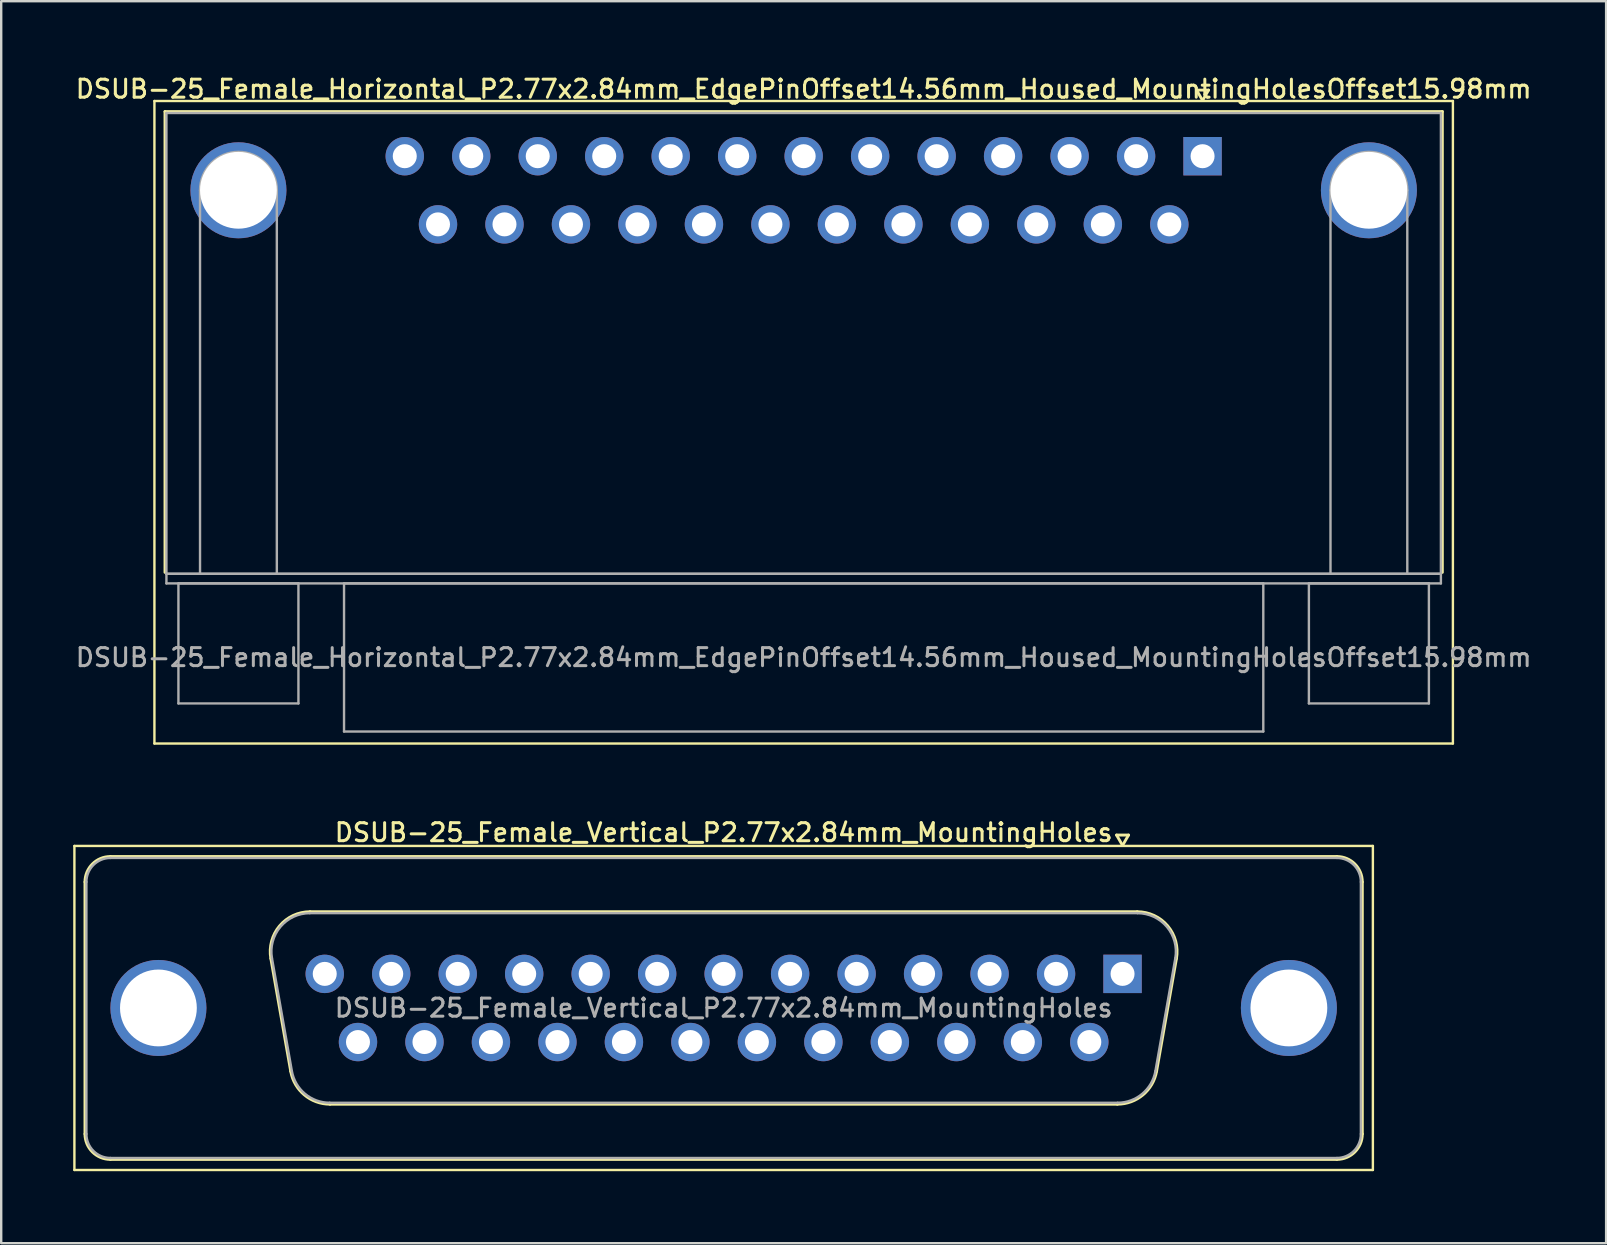
<source format=kicad_pcb>
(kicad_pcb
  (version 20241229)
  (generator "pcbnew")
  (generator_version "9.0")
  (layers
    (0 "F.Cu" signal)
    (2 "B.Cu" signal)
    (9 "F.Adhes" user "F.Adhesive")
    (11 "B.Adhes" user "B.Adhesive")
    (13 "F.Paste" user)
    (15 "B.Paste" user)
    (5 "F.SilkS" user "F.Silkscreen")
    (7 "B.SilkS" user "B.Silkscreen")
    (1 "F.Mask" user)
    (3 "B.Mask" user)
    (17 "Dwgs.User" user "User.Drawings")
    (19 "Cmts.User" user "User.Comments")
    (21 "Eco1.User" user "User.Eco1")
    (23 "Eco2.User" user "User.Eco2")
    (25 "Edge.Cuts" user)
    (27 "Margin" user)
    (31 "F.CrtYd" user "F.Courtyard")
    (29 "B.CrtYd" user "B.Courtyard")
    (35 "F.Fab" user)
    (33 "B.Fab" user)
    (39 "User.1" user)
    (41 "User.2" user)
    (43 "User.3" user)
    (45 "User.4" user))
  (footprint "DSUB-25_Female_Horizontal_P2.77x2.84mm_EdgePinOffset14.56mm_Housed_MountingHolesOffset15.98mm"
    (layer "F.Cu")
    (at 47.054 3.458)
    (property "Reference" "DSUB-25_Female_Horizontal_P2.77x2.84mm_EdgePinOffset14.56mm_Housed_MountingHolesOffset15.98mm" (at -16.62 -2.8 0) (layer "F.SilkS") (effects (font (size 0.75 0.75) (thickness 0.125))))
    (attr through_hole)
    (fp_line (start -43.67 -2.3) (end -43.67 24.47) (stroke (width 0.1) (type solid)) (layer "F.SilkS"))
    (fp_line (start -43.67 24.47) (end 10.43 24.47) (stroke (width 0.1) (type solid)) (layer "F.SilkS"))
    (fp_line (start -43.23 -1.86) (end 9.99 -1.86) (stroke (width 0.12) (type solid)) (layer "F.SilkS"))
    (fp_line (start -43.23 17.34) (end -43.23 -1.86) (stroke (width 0.12) (type solid)) (layer "F.SilkS"))
    (fp_line (start -0.25 -2.754) (end 0.25 -2.754) (stroke (width 0.12) (type solid)) (layer "F.SilkS"))
    (fp_line (start 0 -2.321) (end -0.25 -2.754) (stroke (width 0.12) (type solid)) (layer "F.SilkS"))
    (fp_line (start 0.25 -2.754) (end 0 -2.321) (stroke (width 0.12) (type solid)) (layer "F.SilkS"))
    (fp_line (start 9.99 -1.86) (end 9.99 17.34) (stroke (width 0.12) (type solid)) (layer "F.SilkS"))
    (fp_line (start 10.43 -2.3) (end -43.67 -2.3) (stroke (width 0.1) (type solid)) (layer "F.SilkS"))
    (fp_line (start 10.43 24.47) (end 10.43 -2.3) (stroke (width 0.1) (type solid)) (layer "F.SilkS"))
    (fp_line (start -43.17 -1.8) (end -43.17 17.4) (stroke (width 0.1) (type solid)) (layer "F.Fab"))
    (fp_line (start -43.17 17.4) (end -43.17 17.8) (stroke (width 0.1) (type solid)) (layer "F.Fab"))
    (fp_line (start -43.17 17.4) (end 9.93 17.4) (stroke (width 0.1) (type solid)) (layer "F.Fab"))
    (fp_line (start -43.17 17.8) (end 9.93 17.8) (stroke (width 0.1) (type solid)) (layer "F.Fab"))
    (fp_line (start -42.67 17.8) (end -42.67 22.8) (stroke (width 0.1) (type solid)) (layer "F.Fab"))
    (fp_line (start -42.67 22.8) (end -37.67 22.8) (stroke (width 0.1) (type solid)) (layer "F.Fab"))
    (fp_line (start -41.77 17.4) (end -41.77 1.42) (stroke (width 0.1) (type solid)) (layer "F.Fab"))
    (fp_line (start -38.57 17.4) (end -38.57 1.42) (stroke (width 0.1) (type solid)) (layer "F.Fab"))
    (fp_line (start -37.67 17.8) (end -42.67 17.8) (stroke (width 0.1) (type solid)) (layer "F.Fab"))
    (fp_line (start -37.67 22.8) (end -37.67 17.8) (stroke (width 0.1) (type solid)) (layer "F.Fab"))
    (fp_line (start -35.77 17.8) (end -35.77 23.97) (stroke (width 0.1) (type solid)) (layer "F.Fab"))
    (fp_line (start -35.77 23.97) (end 2.53 23.97) (stroke (width 0.1) (type solid)) (layer "F.Fab"))
    (fp_line (start 2.53 17.8) (end -35.77 17.8) (stroke (width 0.1) (type solid)) (layer "F.Fab"))
    (fp_line (start 2.53 23.97) (end 2.53 17.8) (stroke (width 0.1) (type solid)) (layer "F.Fab"))
    (fp_line (start 4.43 17.8) (end 4.43 22.8) (stroke (width 0.1) (type solid)) (layer "F.Fab"))
    (fp_line (start 4.43 22.8) (end 9.43 22.8) (stroke (width 0.1) (type solid)) (layer "F.Fab"))
    (fp_line (start 5.33 17.4) (end 5.33 1.42) (stroke (width 0.1) (type solid)) (layer "F.Fab"))
    (fp_line (start 8.53 17.4) (end 8.53 1.42) (stroke (width 0.1) (type solid)) (layer "F.Fab"))
    (fp_line (start 9.43 17.8) (end 4.43 17.8) (stroke (width 0.1) (type solid)) (layer "F.Fab"))
    (fp_line (start 9.43 22.8) (end 9.43 17.8) (stroke (width 0.1) (type solid)) (layer "F.Fab"))
    (fp_line (start 9.93 -1.8) (end -43.17 -1.8) (stroke (width 0.1) (type solid)) (layer "F.Fab"))
    (fp_line (start 9.93 17.4) (end -43.17 17.4) (stroke (width 0.1) (type solid)) (layer "F.Fab"))
    (fp_line (start 9.93 17.4) (end 9.93 -1.8) (stroke (width 0.1) (type solid)) (layer "F.Fab"))
    (fp_line (start 9.93 17.8) (end 9.93 17.4) (stroke (width 0.1) (type solid)) (layer "F.Fab"))
    (fp_arc (start -41.77 1.42) (mid -40.17 -0.18) (end -38.57 1.42) (stroke (width 0.1) (type solid)) (layer "F.Fab"))
    (fp_arc (start 5.33 1.42) (mid 6.93 -0.18) (end 8.53 1.42) (stroke (width 0.1) (type solid)) (layer "F.Fab"))
    (fp_text user "${REFERENCE}" (at -16.62 20.885 0) (layer "F.Fab") (effects (font (size 0.75 0.75) (thickness 0.125))))
    (pad "0" thru_hole circle (at -40.17 1.42) (size 4 4) (drill 3.2) (layers "*.Cu" "*.Mask"))
    (pad "0" thru_hole circle (at 6.93 1.42) (size 4 4) (drill 3.2) (layers "*.Cu" "*.Mask"))
    (pad "1" thru_hole rect (at 0 0) (size 1.6 1.6) (drill 1) (layers "*.Cu" "*.Mask"))
    (pad "2" thru_hole circle (at -2.77 0) (size 1.6 1.6) (drill 1) (layers "*.Cu" "*.Mask"))
    (pad "3" thru_hole circle (at -5.54 0) (size 1.6 1.6) (drill 1) (layers "*.Cu" "*.Mask"))
    (pad "4" thru_hole circle (at -8.31 0) (size 1.6 1.6) (drill 1) (layers "*.Cu" "*.Mask"))
    (pad "5" thru_hole circle (at -11.08 0) (size 1.6 1.6) (drill 1) (layers "*.Cu" "*.Mask"))
    (pad "6" thru_hole circle (at -13.85 0) (size 1.6 1.6) (drill 1) (layers "*.Cu" "*.Mask"))
    (pad "7" thru_hole circle (at -16.62 0) (size 1.6 1.6) (drill 1) (layers "*.Cu" "*.Mask"))
    (pad "8" thru_hole circle (at -19.39 0) (size 1.6 1.6) (drill 1) (layers "*.Cu" "*.Mask"))
    (pad "9" thru_hole circle (at -22.16 0) (size 1.6 1.6) (drill 1) (layers "*.Cu" "*.Mask"))
    (pad "10" thru_hole circle (at -24.93 0) (size 1.6 1.6) (drill 1) (layers "*.Cu" "*.Mask"))
    (pad "11" thru_hole circle (at -27.7 0) (size 1.6 1.6) (drill 1) (layers "*.Cu" "*.Mask"))
    (pad "12" thru_hole circle (at -30.47 0) (size 1.6 1.6) (drill 1) (layers "*.Cu" "*.Mask"))
    (pad "13" thru_hole circle (at -33.24 0) (size 1.6 1.6) (drill 1) (layers "*.Cu" "*.Mask"))
    (pad "14" thru_hole circle (at -1.385 2.84) (size 1.6 1.6) (drill 1) (layers "*.Cu" "*.Mask"))
    (pad "15" thru_hole circle (at -4.155 2.84) (size 1.6 1.6) (drill 1) (layers "*.Cu" "*.Mask"))
    (pad "16" thru_hole circle (at -6.925 2.84) (size 1.6 1.6) (drill 1) (layers "*.Cu" "*.Mask"))
    (pad "17" thru_hole circle (at -9.695 2.84) (size 1.6 1.6) (drill 1) (layers "*.Cu" "*.Mask"))
    (pad "18" thru_hole circle (at -12.465 2.84) (size 1.6 1.6) (drill 1) (layers "*.Cu" "*.Mask"))
    (pad "19" thru_hole circle (at -15.235 2.84) (size 1.6 1.6) (drill 1) (layers "*.Cu" "*.Mask"))
    (pad "20" thru_hole circle (at -18.005 2.84) (size 1.6 1.6) (drill 1) (layers "*.Cu" "*.Mask"))
    (pad "21" thru_hole circle (at -20.775 2.84) (size 1.6 1.6) (drill 1) (layers "*.Cu" "*.Mask"))
    (pad "22" thru_hole circle (at -23.545 2.84) (size 1.6 1.6) (drill 1) (layers "*.Cu" "*.Mask"))
    (pad "23" thru_hole circle (at -26.315 2.84) (size 1.6 1.6) (drill 1) (layers "*.Cu" "*.Mask"))
    (pad "24" thru_hole circle (at -29.085 2.84) (size 1.6 1.6) (drill 1) (layers "*.Cu" "*.Mask"))
    (pad "25" thru_hole circle (at -31.855 2.84) (size 1.6 1.6) (drill 1) (layers "*.Cu" "*.Mask")))
  (footprint "DSUB-25_Female_Vertical_P2.77x2.84mm_MountingHoles"
    (layer "F.Cu")
    (at 43.72 37.526)
    (property "Reference" "DSUB-25_Female_Vertical_P2.77x2.84mm_MountingHoles" (at -16.62 -5.89 0) (layer "F.SilkS") (effects (font (size 0.75 0.75) (thickness 0.125))))
    (attr through_hole)
    (fp_line (start -43.67 -5.33) (end -43.67 8.17) (stroke (width 0.1) (type solid)) (layer "F.SilkS"))
    (fp_line (start -43.67 8.17) (end 10.43 8.17) (stroke (width 0.1) (type solid)) (layer "F.SilkS"))
    (fp_line (start -43.23 6.67) (end -43.23 -3.83) (stroke (width 0.12) (type solid)) (layer "F.SilkS"))
    (fp_line (start -42.17 -4.89) (end 8.93 -4.89) (stroke (width 0.12) (type solid)) (layer "F.SilkS"))
    (fp_line (start -35.486 -0.642) (end -34.658 4.058) (stroke (width 0.12) (type solid)) (layer "F.SilkS"))
    (fp_line (start -33.852 -2.59) (end 0.612 -2.59) (stroke (width 0.12) (type solid)) (layer "F.SilkS"))
    (fp_line (start -33.023 5.43) (end -0.217 5.43) (stroke (width 0.12) (type solid)) (layer "F.SilkS"))
    (fp_line (start -0.25 -5.784) (end 0.25 -5.784) (stroke (width 0.12) (type solid)) (layer "F.SilkS"))
    (fp_line (start 0 -5.351) (end -0.25 -5.784) (stroke (width 0.12) (type solid)) (layer "F.SilkS"))
    (fp_line (start 0.25 -5.784) (end 0 -5.351) (stroke (width 0.12) (type solid)) (layer "F.SilkS"))
    (fp_line (start 2.246 -0.642) (end 1.418 4.058) (stroke (width 0.12) (type solid)) (layer "F.SilkS"))
    (fp_line (start 8.93 7.73) (end -42.17 7.73) (stroke (width 0.12) (type solid)) (layer "F.SilkS"))
    (fp_line (start 9.99 -3.83) (end 9.99 6.67) (stroke (width 0.12) (type solid)) (layer "F.SilkS"))
    (fp_line (start 10.43 -5.33) (end -43.67 -5.33) (stroke (width 0.1) (type solid)) (layer "F.SilkS"))
    (fp_line (start 10.43 8.17) (end 10.43 -5.33) (stroke (width 0.1) (type solid)) (layer "F.SilkS"))
    (fp_arc (start -43.23 -3.83) (mid -42.919533 -4.579533) (end -42.17 -4.89) (stroke (width 0.12) (type solid)) (layer "F.SilkS"))
    (fp_arc (start -42.17 7.73) (mid -42.919533 7.419533) (end -43.23 6.67) (stroke (width 0.12) (type solid)) (layer "F.SilkS"))
    (fp_arc (start -35.48647 -0.641744) (mid -35.123323 -1.997027) (end -33.851689 -2.59) (stroke (width 0.12) (type solid)) (layer "F.SilkS"))
    (fp_arc (start -33.022952 5.43) (mid -34.08998 5.041634) (end -34.657733 4.058256) (stroke (width 0.12) (type solid)) (layer "F.SilkS"))
    (fp_arc (start 0.611689 -2.59) (mid 1.883323 -1.997027) (end 2.24647 -0.641744) (stroke (width 0.12) (type solid)) (layer "F.SilkS"))
    (fp_arc (start 1.417733 4.058256) (mid 0.84998 5.041634) (end -0.217048 5.43) (stroke (width 0.12) (type solid)) (layer "F.SilkS"))
    (fp_arc (start 8.93 -4.89) (mid 9.679533 -4.579533) (end 9.99 -3.83) (stroke (width 0.12) (type solid)) (layer "F.SilkS"))
    (fp_arc (start 9.99 6.67) (mid 9.679533 7.419533) (end 8.93 7.73) (stroke (width 0.12) (type solid)) (layer "F.SilkS"))
    (fp_line (start -43.17 6.67) (end -43.17 -3.83) (stroke (width 0.1) (type solid)) (layer "F.Fab"))
    (fp_line (start -42.17 -4.83) (end 8.93 -4.83) (stroke (width 0.1) (type solid)) (layer "F.Fab"))
    (fp_line (start -35.439 -0.652) (end -34.61 4.048) (stroke (width 0.1) (type solid)) (layer "F.Fab"))
    (fp_line (start -33.863 -2.53) (end 0.623 -2.53) (stroke (width 0.1) (type solid)) (layer "F.Fab"))
    (fp_line (start -33.034 5.37) (end -0.206 5.37) (stroke (width 0.1) (type solid)) (layer "F.Fab"))
    (fp_line (start 2.199 -0.652) (end 1.37 4.048) (stroke (width 0.1) (type solid)) (layer "F.Fab"))
    (fp_line (start 8.93 7.67) (end -42.17 7.67) (stroke (width 0.1) (type solid)) (layer "F.Fab"))
    (fp_line (start 9.93 -3.83) (end 9.93 6.67) (stroke (width 0.1) (type solid)) (layer "F.Fab"))
    (fp_arc (start -43.17 -3.83) (mid -42.877107 -4.537107) (end -42.17 -4.83) (stroke (width 0.1) (type solid)) (layer "F.Fab"))
    (fp_arc (start -42.17 7.67) (mid -42.877107 7.377107) (end -43.17 6.67) (stroke (width 0.1) (type solid)) (layer "F.Fab"))
    (fp_arc (start -35.438887 -0.652163) (mid -35.088865 -1.95846) (end -33.863194 -2.53) (stroke (width 0.1) (type solid)) (layer "F.Fab"))
    (fp_arc (start -33.034457 5.37) (mid -34.062918 4.995671) (end -34.61015 4.047837) (stroke (width 0.1) (type solid)) (layer "F.Fab"))
    (fp_arc (start 0.623194 -2.53) (mid 1.848865 -1.95846) (end 2.198887 -0.652163) (stroke (width 0.1) (type solid)) (layer "F.Fab"))
    (fp_arc (start 1.37015 4.047837) (mid 0.822918 4.995671) (end -0.205543 5.37) (stroke (width 0.1) (type solid)) (layer "F.Fab"))
    (fp_arc (start 8.93 -4.83) (mid 9.637107 -4.537107) (end 9.93 -3.83) (stroke (width 0.1) (type solid)) (layer "F.Fab"))
    (fp_arc (start 9.93 6.67) (mid 9.637107 7.377107) (end 8.93 7.67) (stroke (width 0.1) (type solid)) (layer "F.Fab"))
    (fp_text user "${REFERENCE}" (at -16.62 1.42 0) (layer "F.Fab") (effects (font (size 0.75 0.75) (thickness 0.125))))
    (pad "0" thru_hole circle (at -40.17 1.42) (size 4 4) (drill 3.2) (layers "*.Cu" "*.Mask"))
    (pad "0" thru_hole circle (at 6.93 1.42) (size 4 4) (drill 3.2) (layers "*.Cu" "*.Mask"))
    (pad "1" thru_hole rect (at 0 0) (size 1.6 1.6) (drill 1) (layers "*.Cu" "*.Mask"))
    (pad "2" thru_hole circle (at -2.77 0) (size 1.6 1.6) (drill 1) (layers "*.Cu" "*.Mask"))
    (pad "3" thru_hole circle (at -5.54 0) (size 1.6 1.6) (drill 1) (layers "*.Cu" "*.Mask"))
    (pad "4" thru_hole circle (at -8.31 0) (size 1.6 1.6) (drill 1) (layers "*.Cu" "*.Mask"))
    (pad "5" thru_hole circle (at -11.08 0) (size 1.6 1.6) (drill 1) (layers "*.Cu" "*.Mask"))
    (pad "6" thru_hole circle (at -13.85 0) (size 1.6 1.6) (drill 1) (layers "*.Cu" "*.Mask"))
    (pad "7" thru_hole circle (at -16.62 0) (size 1.6 1.6) (drill 1) (layers "*.Cu" "*.Mask"))
    (pad "8" thru_hole circle (at -19.39 0) (size 1.6 1.6) (drill 1) (layers "*.Cu" "*.Mask"))
    (pad "9" thru_hole circle (at -22.16 0) (size 1.6 1.6) (drill 1) (layers "*.Cu" "*.Mask"))
    (pad "10" thru_hole circle (at -24.93 0) (size 1.6 1.6) (drill 1) (layers "*.Cu" "*.Mask"))
    (pad "11" thru_hole circle (at -27.7 0) (size 1.6 1.6) (drill 1) (layers "*.Cu" "*.Mask"))
    (pad "12" thru_hole circle (at -30.47 0) (size 1.6 1.6) (drill 1) (layers "*.Cu" "*.Mask"))
    (pad "13" thru_hole circle (at -33.24 0) (size 1.6 1.6) (drill 1) (layers "*.Cu" "*.Mask"))
    (pad "14" thru_hole circle (at -1.385 2.84) (size 1.6 1.6) (drill 1) (layers "*.Cu" "*.Mask"))
    (pad "15" thru_hole circle (at -4.155 2.84) (size 1.6 1.6) (drill 1) (layers "*.Cu" "*.Mask"))
    (pad "16" thru_hole circle (at -6.925 2.84) (size 1.6 1.6) (drill 1) (layers "*.Cu" "*.Mask"))
    (pad "17" thru_hole circle (at -9.695 2.84) (size 1.6 1.6) (drill 1) (layers "*.Cu" "*.Mask"))
    (pad "18" thru_hole circle (at -12.465 2.84) (size 1.6 1.6) (drill 1) (layers "*.Cu" "*.Mask"))
    (pad "19" thru_hole circle (at -15.235 2.84) (size 1.6 1.6) (drill 1) (layers "*.Cu" "*.Mask"))
    (pad "20" thru_hole circle (at -18.005 2.84) (size 1.6 1.6) (drill 1) (layers "*.Cu" "*.Mask"))
    (pad "21" thru_hole circle (at -20.775 2.84) (size 1.6 1.6) (drill 1) (layers "*.Cu" "*.Mask"))
    (pad "22" thru_hole circle (at -23.545 2.84) (size 1.6 1.6) (drill 1) (layers "*.Cu" "*.Mask"))
    (pad "23" thru_hole circle (at -26.315 2.84) (size 1.6 1.6) (drill 1) (layers "*.Cu" "*.Mask"))
    (pad "24" thru_hole circle (at -29.085 2.84) (size 1.6 1.6) (drill 1) (layers "*.Cu" "*.Mask"))
    (pad "25" thru_hole circle (at -31.855 2.84) (size 1.6 1.6) (drill 1) (layers "*.Cu" "*.Mask")))
  (gr_rect
    (start -3 -3)
    (end 63.868 48.746)
    (stroke (width 0.1) (type default))
    (fill no)
    (layer "Edge.Cuts")))
</source>
